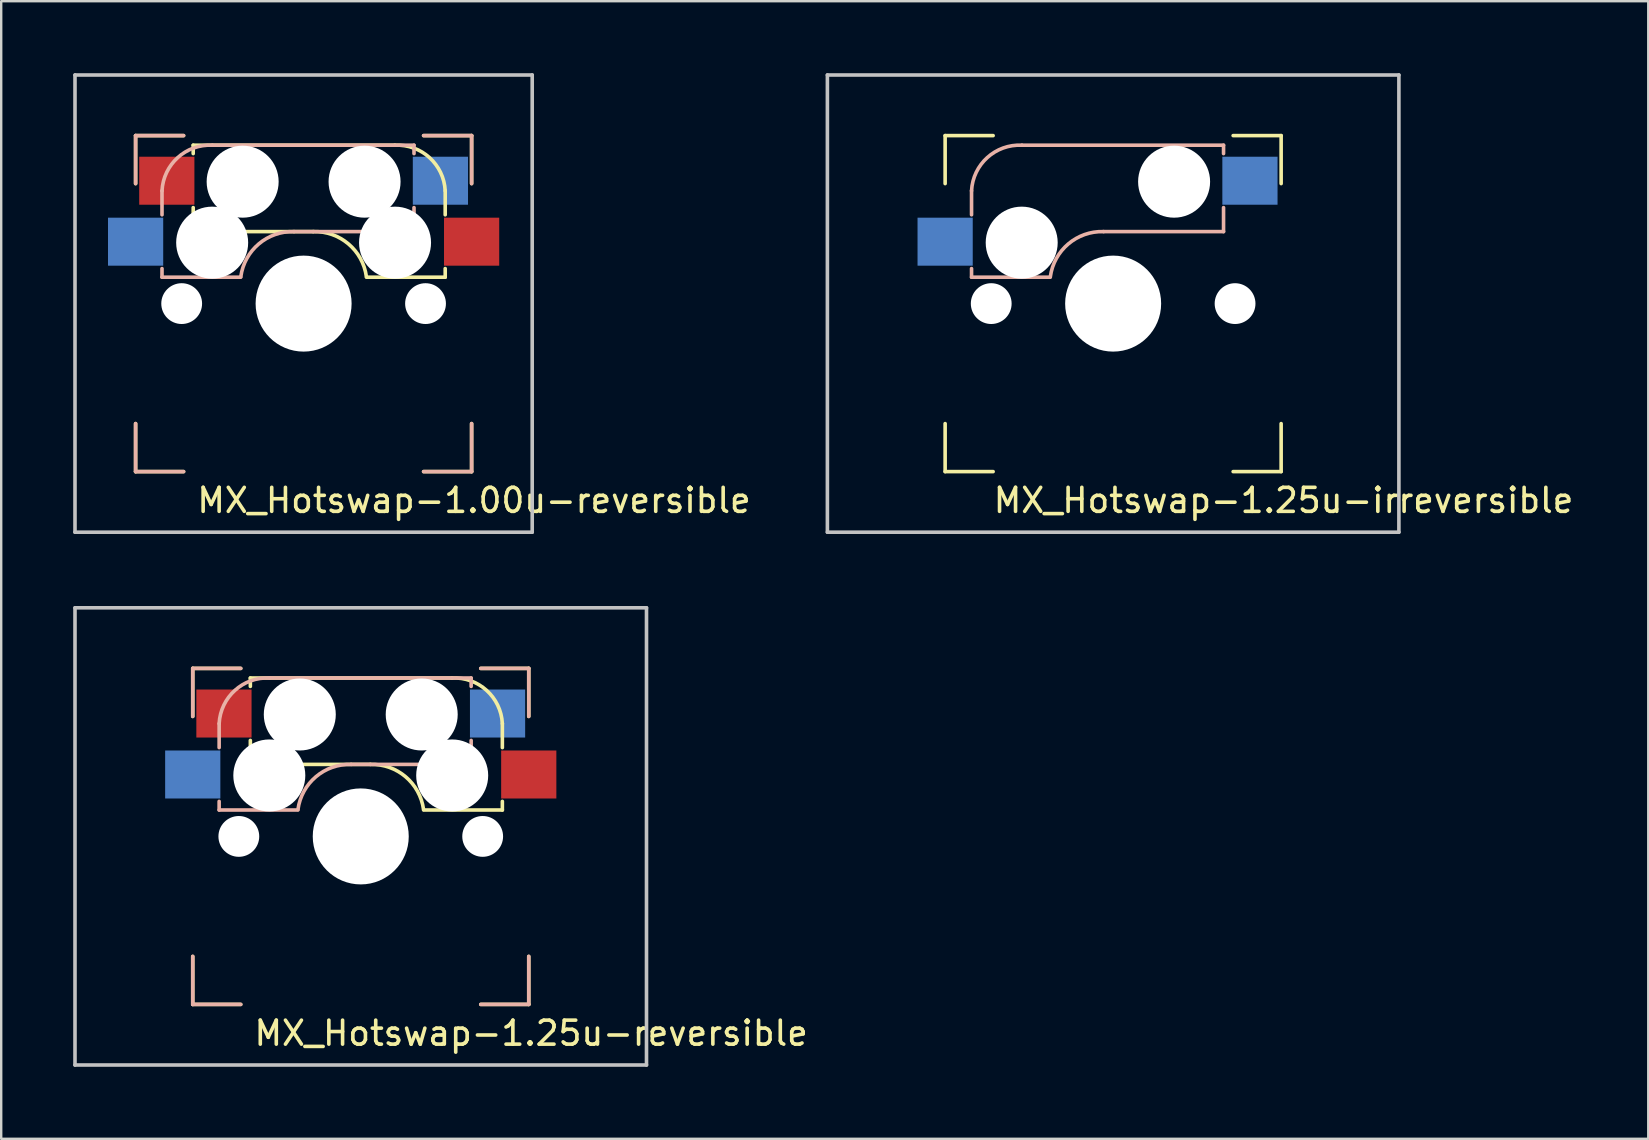
<source format=kicad_pcb>
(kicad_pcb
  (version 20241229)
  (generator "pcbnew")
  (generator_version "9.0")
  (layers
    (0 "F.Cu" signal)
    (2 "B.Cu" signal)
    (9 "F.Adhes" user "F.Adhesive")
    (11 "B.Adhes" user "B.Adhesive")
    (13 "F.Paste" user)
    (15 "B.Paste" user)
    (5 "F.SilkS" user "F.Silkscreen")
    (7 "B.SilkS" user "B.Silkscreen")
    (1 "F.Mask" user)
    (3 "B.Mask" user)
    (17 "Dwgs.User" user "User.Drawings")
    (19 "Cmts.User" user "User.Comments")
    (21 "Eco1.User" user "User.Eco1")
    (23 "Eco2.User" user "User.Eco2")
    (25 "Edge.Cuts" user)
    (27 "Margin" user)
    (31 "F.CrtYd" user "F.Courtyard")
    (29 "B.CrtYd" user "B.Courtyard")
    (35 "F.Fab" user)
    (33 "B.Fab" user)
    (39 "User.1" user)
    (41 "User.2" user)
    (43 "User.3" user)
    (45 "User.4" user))
  (footprint "MX_Hotswap-1.25u-reversible"
    (layer "F.Cu")
    (at 11.981 31.8)
    (property "Reference" "MX_Hotswap-1.25u-reversible" (at 7.1 8.2 0) (layer "F.SilkS") (effects (font (size 1 1) (thickness 0.15))))
    (attr through_hole)
    (fp_line (start -7 -7) (end -7 -5) (stroke (width 0.15) (type solid)) (layer "F.SilkS"))
    (fp_line (start -7 -7) (end -5 -7) (stroke (width 0.15) (type solid)) (layer "F.SilkS"))
    (fp_line (start -7 7) (end -7 5) (stroke (width 0.15) (type solid)) (layer "F.SilkS"))
    (fp_line (start -7 7) (end -5 7) (stroke (width 0.15) (type solid)) (layer "F.SilkS"))
    (fp_line (start -4.6 -6.6) (end 3.8 -6.6) (stroke (width 0.15) (type solid)) (layer "F.SilkS"))
    (fp_line (start -4.6 -6.25) (end -4.6 -6.6) (stroke (width 0.15) (type solid)) (layer "F.SilkS"))
    (fp_line (start -4.6 -3) (end -4.6 -4) (stroke (width 0.15) (type solid)) (layer "F.SilkS"))
    (fp_line (start 0.4 -3) (end -4.6 -3) (stroke (width 0.15) (type solid)) (layer "F.SilkS"))
    (fp_line (start 5.9 -4.7) (end 5.9 -3.7) (stroke (width 0.15) (type solid)) (layer "F.SilkS"))
    (fp_line (start 5.9 -1.1) (end 2.62 -1.1) (stroke (width 0.15) (type solid)) (layer "F.SilkS"))
    (fp_line (start 5.9 -1.1) (end 5.9 -1.46) (stroke (width 0.15) (type solid)) (layer "F.SilkS"))
    (fp_line (start 7 -7) (end 5 -7) (stroke (width 0.15) (type solid)) (layer "F.SilkS"))
    (fp_line (start 7 -7) (end 7 -5) (stroke (width 0.15) (type solid)) (layer "F.SilkS"))
    (fp_line (start 7 7) (end 5 7) (stroke (width 0.15) (type solid)) (layer "F.SilkS"))
    (fp_line (start 7 7) (end 7 5) (stroke (width 0.15) (type solid)) (layer "F.SilkS"))
    (fp_arc (start 0.4 -3) (mid 1.868709 -2.486118) (end 2.616318 -1.121471) (stroke (width 0.15) (type solid)) (layer "F.SilkS"))
    (fp_arc (start 3.8 -6.600001) (mid 5.243504 -6.084925) (end 5.900001 -4.7) (stroke (width 0.15) (type solid)) (layer "F.SilkS"))
    (fp_line (start -7 -7) (end -7 -5) (stroke (width 0.15) (type solid)) (layer "B.SilkS"))
    (fp_line (start -7 -7) (end -5 -7) (stroke (width 0.15) (type solid)) (layer "B.SilkS"))
    (fp_line (start -7 7) (end -7 5) (stroke (width 0.15) (type solid)) (layer "B.SilkS"))
    (fp_line (start -7 7) (end -5 7) (stroke (width 0.15) (type solid)) (layer "B.SilkS"))
    (fp_line (start -5.9 -4.7) (end -5.9 -3.7) (stroke (width 0.15) (type solid)) (layer "B.SilkS"))
    (fp_line (start -5.9 -1.1) (end -5.9 -1.46) (stroke (width 0.15) (type solid)) (layer "B.SilkS"))
    (fp_line (start -5.9 -1.1) (end -2.62 -1.1) (stroke (width 0.15) (type solid)) (layer "B.SilkS"))
    (fp_line (start -0.4 -3) (end 4.6 -3) (stroke (width 0.15) (type solid)) (layer "B.SilkS"))
    (fp_line (start 4.6 -6.6) (end -3.8 -6.6) (stroke (width 0.15) (type solid)) (layer "B.SilkS"))
    (fp_line (start 4.6 -6.25) (end 4.6 -6.6) (stroke (width 0.15) (type solid)) (layer "B.SilkS"))
    (fp_line (start 4.6 -3) (end 4.6 -4) (stroke (width 0.15) (type solid)) (layer "B.SilkS"))
    (fp_line (start 7 -7) (end 5 -7) (stroke (width 0.15) (type solid)) (layer "B.SilkS"))
    (fp_line (start 7 -7) (end 7 -5) (stroke (width 0.15) (type solid)) (layer "B.SilkS"))
    (fp_line (start 7 7) (end 5 7) (stroke (width 0.15) (type solid)) (layer "B.SilkS"))
    (fp_line (start 7 7) (end 7 5) (stroke (width 0.15) (type solid)) (layer "B.SilkS"))
    (fp_arc (start -5.9 -4.699999) (mid -5.243504 -6.084924) (end -3.800001 -6.6) (stroke (width 0.15) (type solid)) (layer "B.SilkS"))
    (fp_arc (start -2.616318 -1.121471) (mid -1.868709 -2.486118) (end -0.4 -3) (stroke (width 0.15) (type solid)) (layer "B.SilkS"))
    (fp_line (start -11.906 -9.525) (end 11.906 -9.525) (stroke (width 0.15) (type solid)) (layer "Dwgs.User"))
    (fp_line (start -11.906 9.525) (end -11.906 -9.525) (stroke (width 0.15) (type solid)) (layer "Dwgs.User"))
    (fp_line (start 11.906 -9.525) (end 11.906 9.525) (stroke (width 0.15) (type solid)) (layer "Dwgs.User"))
    (fp_line (start 11.906 9.525) (end -11.906 9.525) (stroke (width 0.15) (type solid)) (layer "Dwgs.User"))
    (pad "" np_thru_hole circle (at -5.08 0) (size 1.7 1.7) (drill 1.7) (layers "*.Cu" "*.Mask"))
    (pad "" np_thru_hole circle (at -3.81 -2.54 180) (size 3 3) (drill 3) (layers "*.Cu" "*.Mask"))
    (pad "" np_thru_hole circle (at -2.54 -5.08 180) (size 3 3) (drill 3) (layers "*.Cu" "*.Mask"))
    (pad "" np_thru_hole circle (at 0 0 90) (size 4 4) (drill 4) (layers "*.Cu" "*.Mask"))
    (pad "" np_thru_hole circle (at 2.54 -5.08 180) (size 3 3) (drill 3) (layers "*.Cu" "*.Mask"))
    (pad "" np_thru_hole circle (at 3.81 -2.54 180) (size 3 3) (drill 3) (layers "*.Cu" "*.Mask"))
    (pad "" np_thru_hole circle (at 5.08 0) (size 1.7 1.7) (drill 1.7) (layers "*.Cu" "*.Mask"))
    (pad "1" smd rect (at -7 -2.58 180) (size 2.3 2) (layers "B.Cu" "B.Mask" "B.Paste"))
    (pad "1" smd rect (at 7 -2.58 180) (size 2.3 2) (layers "F.Cu" "F.Mask" "F.Paste"))
    (pad "2" smd rect (at -5.7 -5.12 180) (size 2.3 2) (layers "F.Cu" "F.Mask" "F.Paste"))
    (pad "2" smd rect (at 5.7 -5.12 180) (size 2.3 2) (layers "B.Cu" "B.Mask" "B.Paste")))
  (footprint "MX_Hotswap-1.00u-reversible"
    (layer "F.Cu")
    (at 9.6 9.6)
    (property "Reference" "MX_Hotswap-1.00u-reversible" (at 7.1 8.2 0) (layer "F.SilkS") (effects (font (size 1 1) (thickness 0.15))))
    (attr through_hole)
    (fp_line (start -7 -7) (end -7 -5) (stroke (width 0.15) (type solid)) (layer "F.SilkS"))
    (fp_line (start -7 -7) (end -5 -7) (stroke (width 0.15) (type solid)) (layer "F.SilkS"))
    (fp_line (start -7 7) (end -7 5) (stroke (width 0.15) (type solid)) (layer "F.SilkS"))
    (fp_line (start -7 7) (end -5 7) (stroke (width 0.15) (type solid)) (layer "F.SilkS"))
    (fp_line (start -4.6 -6.6) (end 3.8 -6.6) (stroke (width 0.15) (type solid)) (layer "F.SilkS"))
    (fp_line (start -4.6 -6.25) (end -4.6 -6.6) (stroke (width 0.15) (type solid)) (layer "F.SilkS"))
    (fp_line (start -4.6 -3) (end -4.6 -4) (stroke (width 0.15) (type solid)) (layer "F.SilkS"))
    (fp_line (start 0.4 -3) (end -4.6 -3) (stroke (width 0.15) (type solid)) (layer "F.SilkS"))
    (fp_line (start 5 -7) (end 7 -7) (stroke (width 0.15) (type solid)) (layer "F.SilkS"))
    (fp_line (start 5.9 -4.7) (end 5.9 -3.7) (stroke (width 0.15) (type solid)) (layer "F.SilkS"))
    (fp_line (start 5.9 -1.1) (end 2.62 -1.1) (stroke (width 0.15) (type solid)) (layer "F.SilkS"))
    (fp_line (start 5.9 -1.1) (end 5.9 -1.46) (stroke (width 0.15) (type solid)) (layer "F.SilkS"))
    (fp_line (start 7 -7) (end 7 -5) (stroke (width 0.15) (type solid)) (layer "F.SilkS"))
    (fp_line (start 7 5) (end 7 7) (stroke (width 0.15) (type solid)) (layer "F.SilkS"))
    (fp_line (start 7 7) (end 5 7) (stroke (width 0.15) (type solid)) (layer "F.SilkS"))
    (fp_arc (start 0.4 -3) (mid 1.868709 -2.486118) (end 2.616318 -1.121471) (stroke (width 0.15) (type solid)) (layer "F.SilkS"))
    (fp_arc (start 3.8 -6.600001) (mid 5.243504 -6.084925) (end 5.900001 -4.7) (stroke (width 0.15) (type solid)) (layer "F.SilkS"))
    (fp_line (start -7 -7) (end -7 -5) (stroke (width 0.15) (type solid)) (layer "B.SilkS"))
    (fp_line (start -7 -7) (end -5 -7) (stroke (width 0.15) (type solid)) (layer "B.SilkS"))
    (fp_line (start -7 7) (end -7 5) (stroke (width 0.15) (type solid)) (layer "B.SilkS"))
    (fp_line (start -7 7) (end -5 7) (stroke (width 0.15) (type solid)) (layer "B.SilkS"))
    (fp_line (start -5.9 -4.7) (end -5.9 -3.7) (stroke (width 0.15) (type solid)) (layer "B.SilkS"))
    (fp_line (start -5.9 -1.1) (end -5.9 -1.46) (stroke (width 0.15) (type solid)) (layer "B.SilkS"))
    (fp_line (start -5.9 -1.1) (end -2.62 -1.1) (stroke (width 0.15) (type solid)) (layer "B.SilkS"))
    (fp_line (start -0.4 -3) (end 4.6 -3) (stroke (width 0.15) (type solid)) (layer "B.SilkS"))
    (fp_line (start 4.6 -6.6) (end -3.8 -6.6) (stroke (width 0.15) (type solid)) (layer "B.SilkS"))
    (fp_line (start 4.6 -6.25) (end 4.6 -6.6) (stroke (width 0.15) (type solid)) (layer "B.SilkS"))
    (fp_line (start 4.6 -3) (end 4.6 -4) (stroke (width 0.15) (type solid)) (layer "B.SilkS"))
    (fp_line (start 5 -7) (end 7 -7) (stroke (width 0.15) (type solid)) (layer "B.SilkS"))
    (fp_line (start 7 -7) (end 7 -5) (stroke (width 0.15) (type solid)) (layer "B.SilkS"))
    (fp_line (start 7 5) (end 7 7) (stroke (width 0.15) (type solid)) (layer "B.SilkS"))
    (fp_line (start 7 7) (end 5 7) (stroke (width 0.15) (type solid)) (layer "B.SilkS"))
    (fp_arc (start -5.9 -4.699999) (mid -5.243504 -6.084924) (end -3.800001 -6.6) (stroke (width 0.15) (type solid)) (layer "B.SilkS"))
    (fp_arc (start -2.616318 -1.121471) (mid -1.868709 -2.486118) (end -0.4 -3) (stroke (width 0.15) (type solid)) (layer "B.SilkS"))
    (fp_line (start -9.525 -9.525) (end 9.525 -9.525) (stroke (width 0.15) (type solid)) (layer "Dwgs.User"))
    (fp_line (start -9.525 9.525) (end -9.525 -9.525) (stroke (width 0.15) (type solid)) (layer "Dwgs.User"))
    (fp_line (start 9.525 -9.525) (end 9.525 9.525) (stroke (width 0.15) (type solid)) (layer "Dwgs.User"))
    (fp_line (start 9.525 9.525) (end -9.525 9.525) (stroke (width 0.15) (type solid)) (layer "Dwgs.User"))
    (pad "" np_thru_hole circle (at -5.08 0) (size 1.7 1.7) (drill 1.7) (layers "*.Cu" "*.Mask"))
    (pad "" np_thru_hole circle (at -3.81 -2.54 180) (size 3 3) (drill 3) (layers "*.Cu" "*.Mask"))
    (pad "" np_thru_hole circle (at -2.54 -5.08 180) (size 3 3) (drill 3) (layers "*.Cu" "*.Mask"))
    (pad "" np_thru_hole circle (at 0 0 90) (size 4 4) (drill 4) (layers "*.Cu" "*.Mask"))
    (pad "" np_thru_hole circle (at 2.54 -5.08 180) (size 3 3) (drill 3) (layers "*.Cu" "*.Mask"))
    (pad "" np_thru_hole circle (at 3.81 -2.54 180) (size 3 3) (drill 3) (layers "*.Cu" "*.Mask"))
    (pad "" np_thru_hole circle (at 5.08 0) (size 1.7 1.7) (drill 1.7) (layers "*.Cu" "*.Mask"))
    (pad "1" smd rect (at -7 -2.58 180) (size 2.3 2) (layers "B.Cu" "B.Mask" "B.Paste"))
    (pad "1" smd rect (at 7 -2.58 180) (size 2.3 2) (layers "F.Cu" "F.Mask" "F.Paste"))
    (pad "2" smd rect (at -5.7 -5.12 180) (size 2.3 2) (layers "F.Cu" "F.Mask" "F.Paste"))
    (pad "2" smd rect (at 5.7 -5.12 180) (size 2.3 2) (layers "B.Cu" "B.Mask" "B.Paste")))
  (footprint "MX_Hotswap-1.25u-irreversible"
    (layer "F.Cu")
    (at 43.33 9.6)
    (property "Reference" "MX_Hotswap-1.25u-irreversible" (at 7.1 8.2 0) (layer "F.SilkS") (effects (font (size 1 1) (thickness 0.15))))
    (attr through_hole)
    (fp_line (start -7 -7) (end -7 -5) (stroke (width 0.15) (type solid)) (layer "F.SilkS"))
    (fp_line (start -7 -7) (end -5 -7) (stroke (width 0.15) (type solid)) (layer "F.SilkS"))
    (fp_line (start -7 7) (end -7 5) (stroke (width 0.15) (type solid)) (layer "F.SilkS"))
    (fp_line (start -7 7) (end -5 7) (stroke (width 0.15) (type solid)) (layer "F.SilkS"))
    (fp_line (start 5 -7) (end 7 -7) (stroke (width 0.15) (type solid)) (layer "F.SilkS"))
    (fp_line (start 7 -7) (end 7 -5) (stroke (width 0.15) (type solid)) (layer "F.SilkS"))
    (fp_line (start 7 5) (end 7 7) (stroke (width 0.15) (type solid)) (layer "F.SilkS"))
    (fp_line (start 7 7) (end 5 7) (stroke (width 0.15) (type solid)) (layer "F.SilkS"))
    (fp_line (start -5.9 -4.7) (end -5.9 -3.7) (stroke (width 0.15) (type solid)) (layer "B.SilkS"))
    (fp_line (start -5.9 -1.1) (end -5.9 -1.46) (stroke (width 0.15) (type solid)) (layer "B.SilkS"))
    (fp_line (start -5.9 -1.1) (end -2.62 -1.1) (stroke (width 0.15) (type solid)) (layer "B.SilkS"))
    (fp_line (start -0.4 -3) (end 4.6 -3) (stroke (width 0.15) (type solid)) (layer "B.SilkS"))
    (fp_line (start 4.6 -6.6) (end -3.8 -6.6) (stroke (width 0.15) (type solid)) (layer "B.SilkS"))
    (fp_line (start 4.6 -6.25) (end 4.6 -6.6) (stroke (width 0.15) (type solid)) (layer "B.SilkS"))
    (fp_line (start 4.6 -3) (end 4.6 -4) (stroke (width 0.15) (type solid)) (layer "B.SilkS"))
    (fp_arc (start -5.9 -4.699999) (mid -5.243504 -6.084924) (end -3.800001 -6.6) (stroke (width 0.15) (type solid)) (layer "B.SilkS"))
    (fp_arc (start -2.616318 -1.121471) (mid -1.868709 -2.486118) (end -0.4 -3) (stroke (width 0.15) (type solid)) (layer "B.SilkS"))
    (fp_line (start -11.906 -9.525) (end 11.906 -9.525) (stroke (width 0.15) (type solid)) (layer "Dwgs.User"))
    (fp_line (start -11.906 9.525) (end -11.906 -9.525) (stroke (width 0.15) (type solid)) (layer "Dwgs.User"))
    (fp_line (start 11.906 -9.525) (end 11.906 9.525) (stroke (width 0.15) (type solid)) (layer "Dwgs.User"))
    (fp_line (start 11.906 9.525) (end -11.906 9.525) (stroke (width 0.15) (type solid)) (layer "Dwgs.User"))
    (pad "" np_thru_hole circle (at -5.08 0) (size 1.7 1.7) (drill 1.7) (layers "*.Cu" "*.Mask"))
    (pad "" np_thru_hole circle (at -3.81 -2.54 180) (size 3 3) (drill 3) (layers "*.Cu" "*.Mask"))
    (pad "" np_thru_hole circle (at 0 0 90) (size 4 4) (drill 4) (layers "*.Cu" "*.Mask"))
    (pad "" np_thru_hole circle (at 2.54 -5.08 180) (size 3 3) (drill 3) (layers "*.Cu" "*.Mask"))
    (pad "" np_thru_hole circle (at 5.08 0) (size 1.7 1.7) (drill 1.7) (layers "*.Cu" "*.Mask"))
    (pad "1" smd rect (at -7 -2.58 180) (size 2.3 2) (layers "B.Cu" "B.Mask" "B.Paste"))
    (pad "2" smd rect (at 5.7 -5.12 180) (size 2.3 2) (layers "B.Cu" "B.Mask" "B.Paste")))
  (gr_rect
    (start -3 -3)
    (end 65.626 44.4)
    (stroke (width 0.1) (type default))
    (fill no)
    (layer "Edge.Cuts")))
</source>
